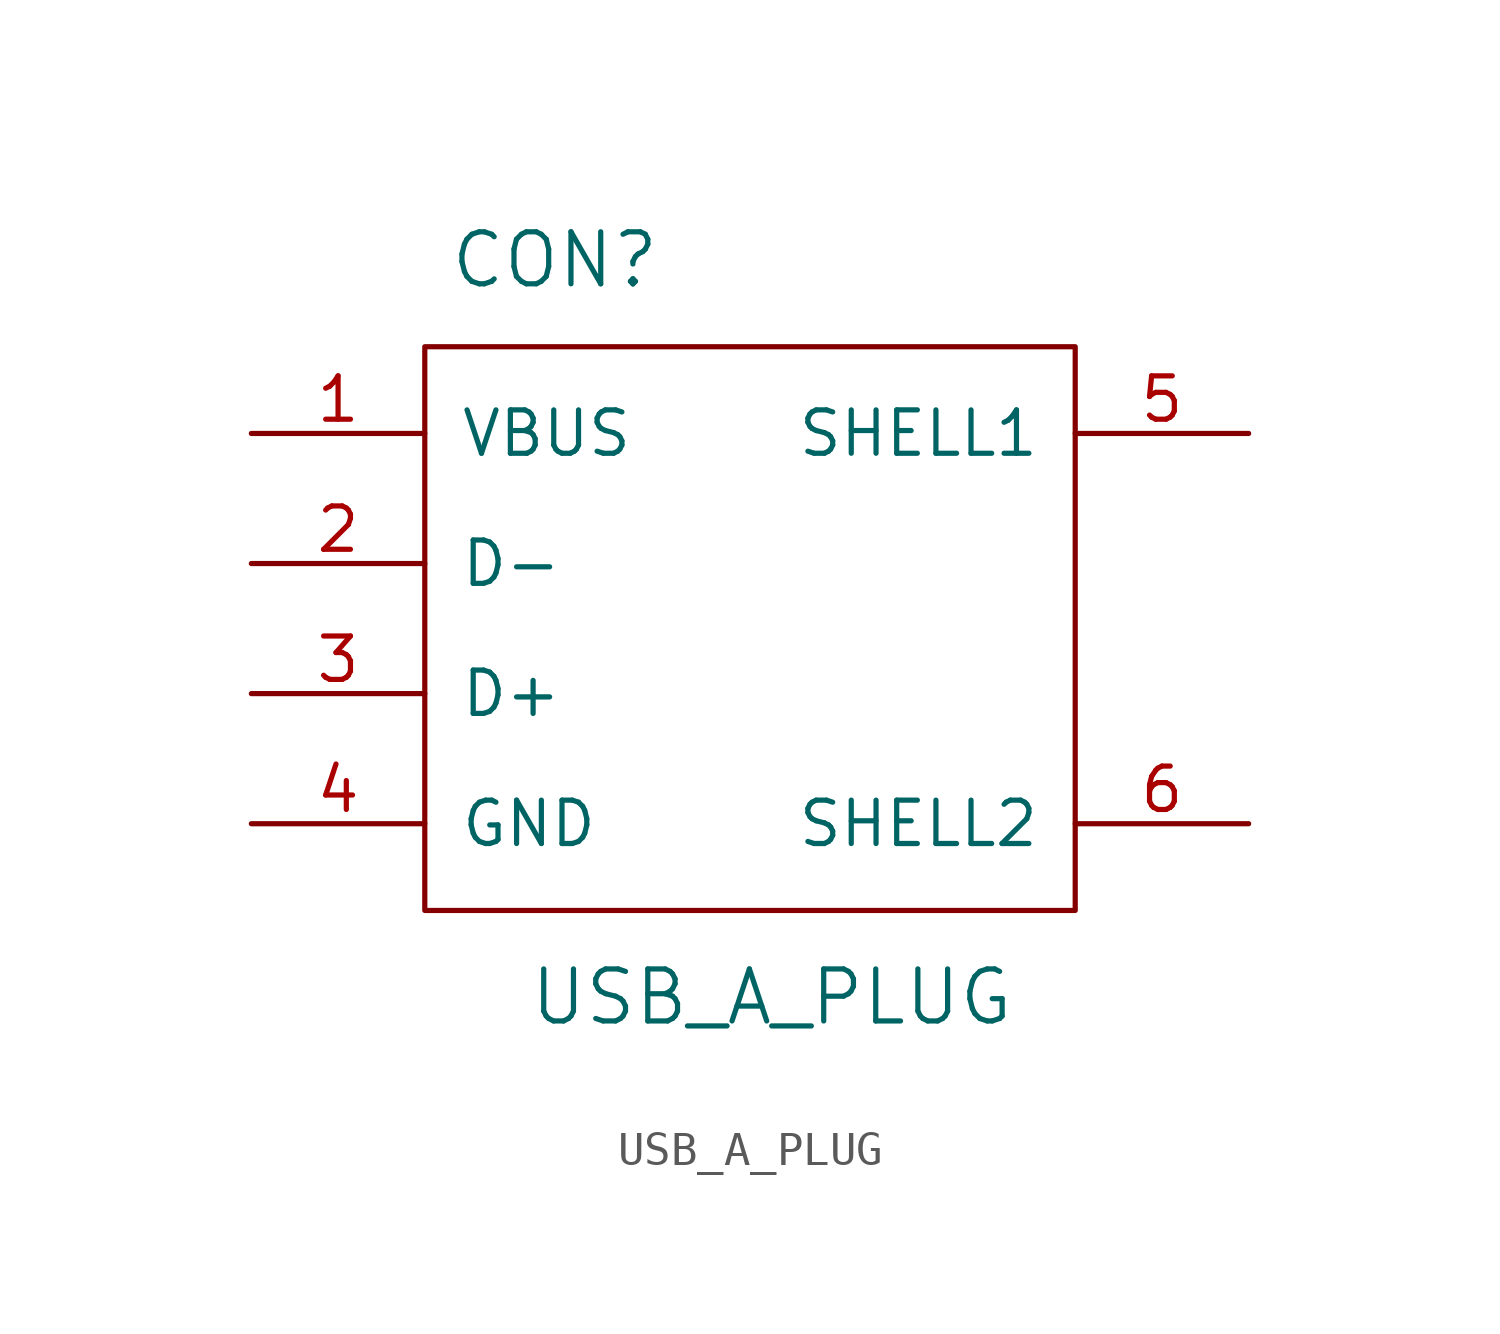
<source format=kicad_sym>
(kicad_symbol_lib
  (version 20211014)
  (generator kicad_symbol_editor)
  (symbol "USB_A_PLUG"
    (pin_names
      (offset 1.016))
    (property "Reference" "CON"
      (at -6.35 11.43 0)
      (effects (font (size 1.524 1.524))))
    (property "Value" "USB_A_PLUG"
      (at 0 -10.16 0)
      (effects (font (size 1.524 1.524))))
    (symbol "USB_A_PLUG_0_1"
      (rectangle (start -10.16 8.89) (end 8.89 -7.62) (stroke (width 0) (type default) (color 0 0 0 0)) (fill (type none))))
    (symbol "USB_A_PLUG_1_1"
      (pin passive line (at -15.24 6.35 0) (length 5.08) (name "VBUS" (effects (font (size 1.27 1.27)))) (number "1" (effects (font (size 1.27 1.27)))))
      (pin bidirectional line (at -15.24 2.54 0) (length 5.08) (name "D-" (effects (font (size 1.27 1.27)))) (number "2" (effects (font (size 1.27 1.27)))))
      (pin bidirectional line (at -15.24 -1.27 0) (length 5.08) (name "D+" (effects (font (size 1.27 1.27)))) (number "3" (effects (font (size 1.27 1.27)))))
      (pin passive line (at -15.24 -5.08 0) (length 5.08) (name "GND" (effects (font (size 1.27 1.27)))) (number "4" (effects (font (size 1.27 1.27)))))
      (pin power_in line (at 13.97 6.35 180) (length 5.08) (name "SHELL1" (effects (font (size 1.27 1.27)))) (number "5" (effects (font (size 1.27 1.27)))))
      (pin power_in line (at 13.97 -5.08 180) (length 5.08) (name "SHELL2" (effects (font (size 1.27 1.27)))) (number "6" (effects (font (size 1.27 1.27))))))))
</source>
